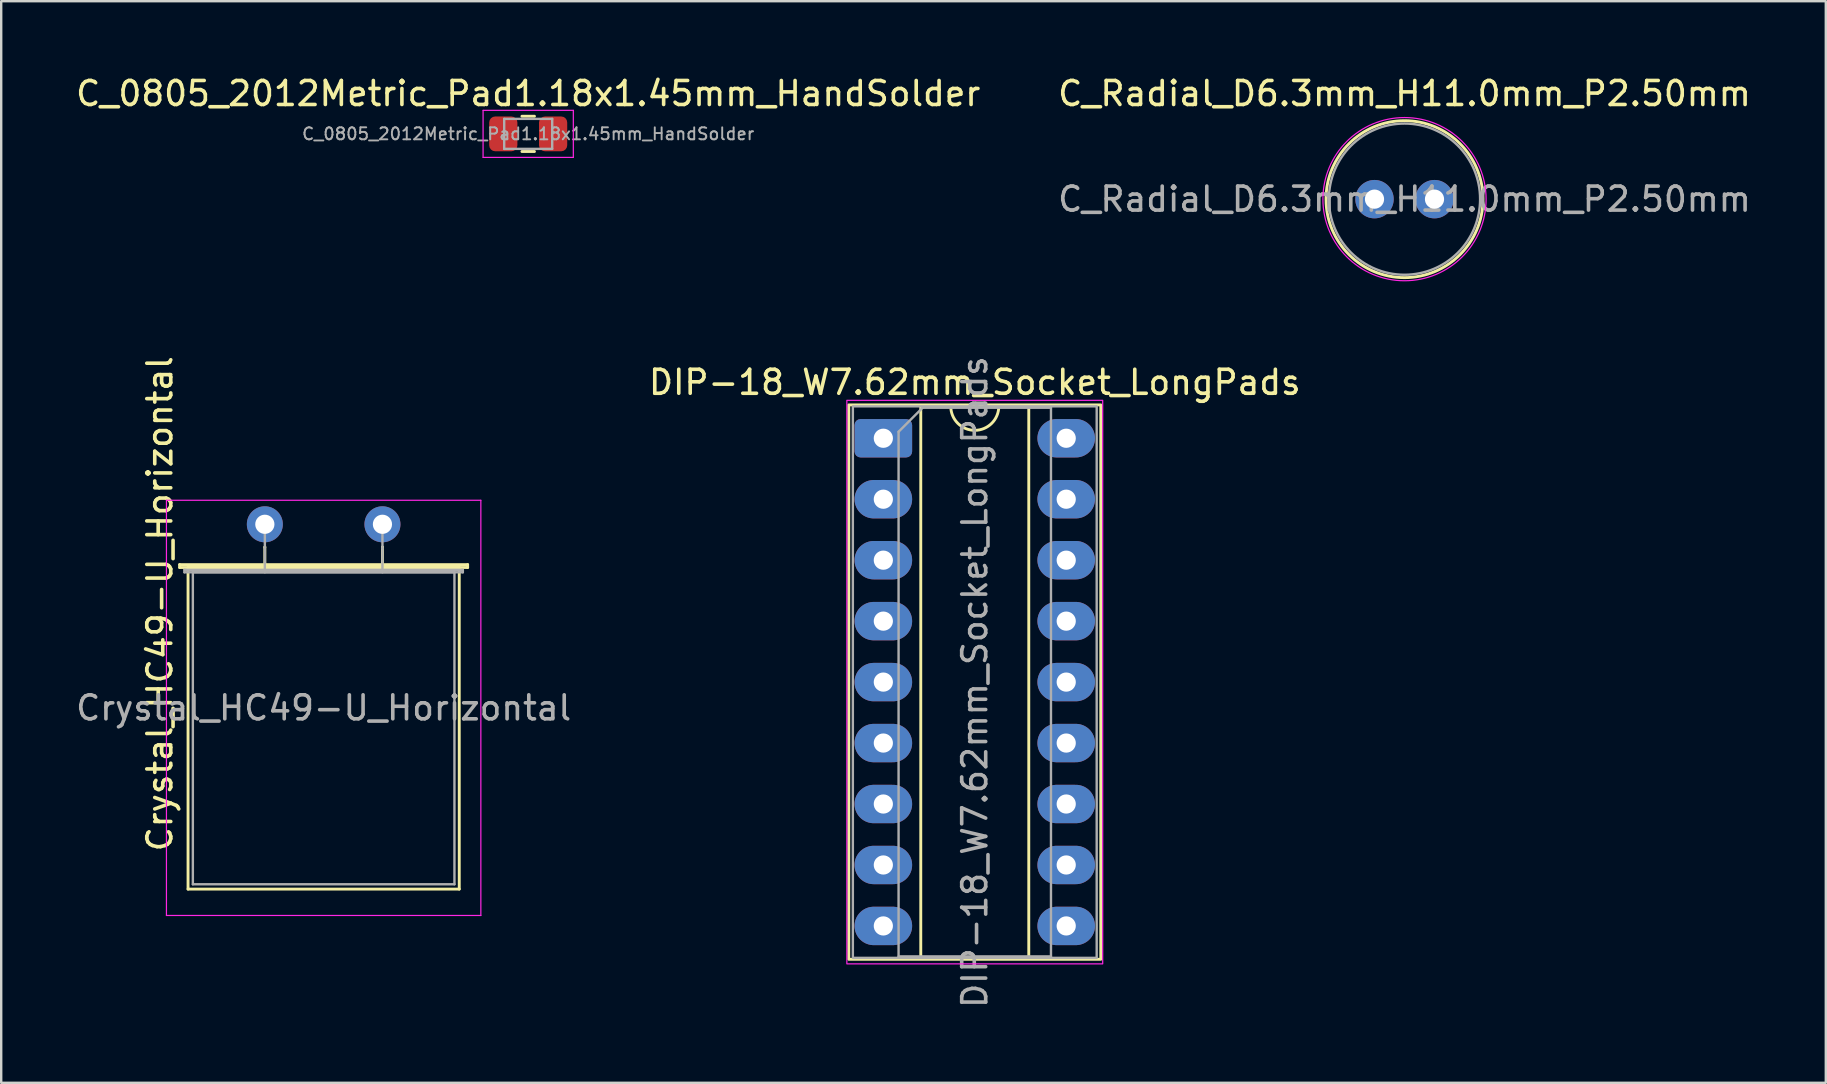
<source format=kicad_pcb>
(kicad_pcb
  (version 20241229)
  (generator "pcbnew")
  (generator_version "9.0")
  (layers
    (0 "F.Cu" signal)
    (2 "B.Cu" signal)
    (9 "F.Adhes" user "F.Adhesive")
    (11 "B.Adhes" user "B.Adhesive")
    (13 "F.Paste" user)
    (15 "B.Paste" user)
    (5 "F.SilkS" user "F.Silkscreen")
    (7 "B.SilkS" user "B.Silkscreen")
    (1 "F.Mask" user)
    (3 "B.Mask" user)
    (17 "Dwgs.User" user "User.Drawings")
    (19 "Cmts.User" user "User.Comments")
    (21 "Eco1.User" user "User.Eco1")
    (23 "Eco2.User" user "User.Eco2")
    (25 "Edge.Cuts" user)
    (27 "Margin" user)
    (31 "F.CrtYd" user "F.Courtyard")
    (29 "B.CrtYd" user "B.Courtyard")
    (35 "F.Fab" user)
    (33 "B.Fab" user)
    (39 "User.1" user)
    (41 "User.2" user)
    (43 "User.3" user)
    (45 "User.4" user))
  (footprint "C_Radial_D6.3mm_H11.0mm_P2.50mm"
    (layer "F.Cu")
    (at 54.22 5.248)
    (property "Reference" "C_Radial_D6.3mm_H11.0mm_P2.50mm" (at 1.25 -4.4 0) (layer "F.SilkS") (effects (font (size 1 1) (thickness 0.15))))
    (attr through_hole)
    (fp_circle (center 1.25 0) (end 4.52 0) (stroke (width 0.12) (type solid)) (fill no) (layer "F.SilkS"))
    (fp_circle (center 1.25 0) (end 4.65 0) (stroke (width 0.05) (type solid)) (fill no) (layer "F.CrtYd"))
    (fp_circle (center 1.25 0) (end 4.4 0) (stroke (width 0.1) (type solid)) (fill no) (layer "F.Fab"))
    (fp_text user "${REFERENCE}" (at 1.25 0 0) (layer "F.Fab") (effects (font (size 1 1) (thickness 0.15))))
    (pad "1" thru_hole circle (at 0 0) (size 1.6 1.6) (drill 0.8) (layers "*.Cu" "*.Mask"))
    (pad "2" thru_hole circle (at 2.5 0) (size 1.6 1.6) (drill 0.8) (layers "*.Cu" "*.Mask")))
  (footprint "Crystal_HC49-U_Horizontal"
    (layer "F.Cu")
    (at 7.985 18.795)
    (property "Reference" "Crystal_HC49-U_Horizontal" (at -4.375 3.312 90) (layer "F.SilkS") (effects (font (size 1 1) (thickness 0.15))))
    (attr through_hole)
    (fp_line (start -3.55 1.68) (end 8.45 1.68) (stroke (width 0.12) (type solid)) (layer "F.SilkS"))
    (fp_line (start -3.55 1.8) (end -3.55 1.68) (stroke (width 0.12) (type solid)) (layer "F.SilkS"))
    (fp_line (start -3.2 1.8) (end -3.2 15.2) (stroke (width 0.12) (type solid)) (layer "F.SilkS"))
    (fp_line (start -3.2 15.2) (end 8.1 15.2) (stroke (width 0.12) (type solid)) (layer "F.SilkS"))
    (fp_line (start 0 0.95) (end 0 0.95) (stroke (width 0.12) (type solid)) (layer "F.SilkS"))
    (fp_line (start 0 1.8) (end 0 0.95) (stroke (width 0.12) (type solid)) (layer "F.SilkS"))
    (fp_line (start 4.9 0.95) (end 4.9 0.95) (stroke (width 0.12) (type solid)) (layer "F.SilkS"))
    (fp_line (start 4.9 1.8) (end 4.9 0.95) (stroke (width 0.12) (type solid)) (layer "F.SilkS"))
    (fp_line (start 8.1 1.8) (end -3.2 1.8) (stroke (width 0.12) (type solid)) (layer "F.SilkS"))
    (fp_line (start 8.1 15.2) (end 8.1 1.8) (stroke (width 0.12) (type solid)) (layer "F.SilkS"))
    (fp_line (start 8.45 1.68) (end 8.45 1.8) (stroke (width 0.12) (type solid)) (layer "F.SilkS"))
    (fp_line (start 8.45 1.8) (end -3.55 1.8) (stroke (width 0.12) (type solid)) (layer "F.SilkS"))
    (fp_line (start -4.1 -1) (end -4.1 16.3) (stroke (width 0.05) (type solid)) (layer "F.CrtYd"))
    (fp_line (start -4.1 16.3) (end 9 16.3) (stroke (width 0.05) (type solid)) (layer "F.CrtYd"))
    (fp_line (start 9 -1) (end -4.1 -1) (stroke (width 0.05) (type solid)) (layer "F.CrtYd"))
    (fp_line (start 9 16.3) (end 9 -1) (stroke (width 0.05) (type solid)) (layer "F.CrtYd"))
    (fp_line (start -3.35 1.9) (end 8.25 1.9) (stroke (width 0.1) (type solid)) (layer "F.Fab"))
    (fp_line (start -3.35 2) (end -3.35 1.9) (stroke (width 0.1) (type solid)) (layer "F.Fab"))
    (fp_line (start -3 2) (end -3 15) (stroke (width 0.1) (type solid)) (layer "F.Fab"))
    (fp_line (start -3 15) (end 7.9 15) (stroke (width 0.1) (type solid)) (layer "F.Fab"))
    (fp_line (start 0 1) (end 0 0) (stroke (width 0.1) (type solid)) (layer "F.Fab"))
    (fp_line (start 0 2) (end 0 1) (stroke (width 0.1) (type solid)) (layer "F.Fab"))
    (fp_line (start 4.9 1) (end 4.9 0) (stroke (width 0.1) (type solid)) (layer "F.Fab"))
    (fp_line (start 4.9 2) (end 4.9 1) (stroke (width 0.1) (type solid)) (layer "F.Fab"))
    (fp_line (start 7.9 2) (end -3 2) (stroke (width 0.1) (type solid)) (layer "F.Fab"))
    (fp_line (start 7.9 15) (end 7.9 2) (stroke (width 0.1) (type solid)) (layer "F.Fab"))
    (fp_line (start 8.25 1.9) (end 8.25 2) (stroke (width 0.1) (type solid)) (layer "F.Fab"))
    (fp_line (start 8.25 2) (end -3.35 2) (stroke (width 0.1) (type solid)) (layer "F.Fab"))
    (fp_text user "${REFERENCE}" (at 2.45 7.65 180) (layer "F.Fab") (effects (font (size 1 1) (thickness 0.15))))
    (pad "1" thru_hole circle (at 0 0) (size 1.5 1.5) (drill 0.8) (layers "*.Cu" "*.Mask"))
    (pad "2" thru_hole circle (at 4.9 0) (size 1.5 1.5) (drill 0.8) (layers "*.Cu" "*.Mask")))
  (footprint "DIP-18_W7.62mm_Socket_LongPads"
    (layer "F.Cu")
    (at 33.755 15.21)
    (property "Reference" "DIP-18_W7.62mm_Socket_LongPads" (at 3.81 -2.33 0) (layer "F.SilkS") (effects (font (size 1 1) (thickness 0.15))))
    (attr through_hole)
    (fp_line (start 1.56 -1.33) (end 1.56 21.65) (stroke (width 0.12) (type solid)) (layer "F.SilkS"))
    (fp_line (start 1.56 21.65) (end 6.06 21.65) (stroke (width 0.12) (type solid)) (layer "F.SilkS"))
    (fp_line (start 2.81 -1.33) (end 1.56 -1.33) (stroke (width 0.12) (type solid)) (layer "F.SilkS"))
    (fp_line (start 6.06 -1.33) (end 4.81 -1.33) (stroke (width 0.12) (type solid)) (layer "F.SilkS"))
    (fp_line (start 6.06 21.65) (end 6.06 -1.33) (stroke (width 0.12) (type solid)) (layer "F.SilkS"))
    (fp_rect (start -1.44 -1.39) (end 9.06 21.71) (stroke (width 0.12) (type solid)) (fill no) (layer "F.SilkS"))
    (fp_arc (start 4.81 -1.33) (mid 3.81 -0.33) (end 2.81 -1.33) (stroke (width 0.12) (type solid)) (layer "F.SilkS"))
    (fp_rect (start -1.52 -1.58) (end 9.14 21.9) (stroke (width 0.05) (type solid)) (fill no) (layer "F.CrtYd"))
    (fp_line (start 0.635 -0.27) (end 1.635 -1.27) (stroke (width 0.1) (type solid)) (layer "F.Fab"))
    (fp_line (start 0.635 21.59) (end 0.635 -0.27) (stroke (width 0.1) (type solid)) (layer "F.Fab"))
    (fp_line (start 1.635 -1.27) (end 6.985 -1.27) (stroke (width 0.1) (type solid)) (layer "F.Fab"))
    (fp_line (start 6.985 -1.27) (end 6.985 21.59) (stroke (width 0.1) (type solid)) (layer "F.Fab"))
    (fp_line (start 6.985 21.59) (end 0.635 21.59) (stroke (width 0.1) (type solid)) (layer "F.Fab"))
    (fp_rect (start -1.27 -1.33) (end 8.89 21.65) (stroke (width 0.1) (type solid)) (fill no) (layer "F.Fab"))
    (fp_text user "${REFERENCE}" (at 3.81 10.16 90) (layer "F.Fab") (effects (font (size 1 1) (thickness 0.15))))
    (pad "1" thru_hole roundrect (at 0 0) (size 2.4 1.6) (drill 0.8) (layers "*.Cu" "*.Mask") (roundrect_rratio 0.156))
    (pad "2" thru_hole oval (at 0 2.54) (size 2.4 1.6) (drill 0.8) (layers "*.Cu" "*.Mask"))
    (pad "3" thru_hole oval (at 0 5.08) (size 2.4 1.6) (drill 0.8) (layers "*.Cu" "*.Mask"))
    (pad "4" thru_hole oval (at 0 7.62) (size 2.4 1.6) (drill 0.8) (layers "*.Cu" "*.Mask"))
    (pad "5" thru_hole oval (at 0 10.16) (size 2.4 1.6) (drill 0.8) (layers "*.Cu" "*.Mask"))
    (pad "6" thru_hole oval (at 0 12.7) (size 2.4 1.6) (drill 0.8) (layers "*.Cu" "*.Mask"))
    (pad "7" thru_hole oval (at 0 15.24) (size 2.4 1.6) (drill 0.8) (layers "*.Cu" "*.Mask"))
    (pad "8" thru_hole oval (at 0 17.78) (size 2.4 1.6) (drill 0.8) (layers "*.Cu" "*.Mask"))
    (pad "9" thru_hole oval (at 0 20.32) (size 2.4 1.6) (drill 0.8) (layers "*.Cu" "*.Mask"))
    (pad "10" thru_hole oval (at 7.62 20.32) (size 2.4 1.6) (drill 0.8) (layers "*.Cu" "*.Mask"))
    (pad "11" thru_hole oval (at 7.62 17.78) (size 2.4 1.6) (drill 0.8) (layers "*.Cu" "*.Mask"))
    (pad "12" thru_hole oval (at 7.62 15.24) (size 2.4 1.6) (drill 0.8) (layers "*.Cu" "*.Mask"))
    (pad "13" thru_hole oval (at 7.62 12.7) (size 2.4 1.6) (drill 0.8) (layers "*.Cu" "*.Mask"))
    (pad "14" thru_hole oval (at 7.62 10.16) (size 2.4 1.6) (drill 0.8) (layers "*.Cu" "*.Mask"))
    (pad "15" thru_hole oval (at 7.62 7.62) (size 2.4 1.6) (drill 0.8) (layers "*.Cu" "*.Mask"))
    (pad "16" thru_hole oval (at 7.62 5.08) (size 2.4 1.6) (drill 0.8) (layers "*.Cu" "*.Mask"))
    (pad "17" thru_hole oval (at 7.62 2.54) (size 2.4 1.6) (drill 0.8) (layers "*.Cu" "*.Mask"))
    (pad "18" thru_hole oval (at 7.62 0) (size 2.4 1.6) (drill 0.8) (layers "*.Cu" "*.Mask")))
  (footprint "C_0805_2012Metric_Pad1.18x1.45mm_HandSolder"
    (layer "F.Cu")
    (at 18.958 2.528)
    (property "Reference" "C_0805_2012Metric_Pad1.18x1.45mm_HandSolder" (at 0 -1.68 180) (layer "F.SilkS") (effects (font (size 1 1) (thickness 0.15))))
    (attr smd)
    (fp_line (start -0.261 -0.735) (end 0.261 -0.735) (stroke (width 0.12) (type solid)) (layer "F.SilkS"))
    (fp_line (start -0.261 0.735) (end 0.261 0.735) (stroke (width 0.12) (type solid)) (layer "F.SilkS"))
    (fp_line (start -1.88 -0.98) (end 1.88 -0.98) (stroke (width 0.05) (type solid)) (layer "F.CrtYd"))
    (fp_line (start -1.88 0.98) (end -1.88 -0.98) (stroke (width 0.05) (type solid)) (layer "F.CrtYd"))
    (fp_line (start 1.88 -0.98) (end 1.88 0.98) (stroke (width 0.05) (type solid)) (layer "F.CrtYd"))
    (fp_line (start 1.88 0.98) (end -1.88 0.98) (stroke (width 0.05) (type solid)) (layer "F.CrtYd"))
    (fp_line (start -1 -0.625) (end 1 -0.625) (stroke (width 0.1) (type solid)) (layer "F.Fab"))
    (fp_line (start -1 0.625) (end -1 -0.625) (stroke (width 0.1) (type solid)) (layer "F.Fab"))
    (fp_line (start 1 -0.625) (end 1 0.625) (stroke (width 0.1) (type solid)) (layer "F.Fab"))
    (fp_line (start 1 0.625) (end -1 0.625) (stroke (width 0.1) (type solid)) (layer "F.Fab"))
    (fp_text user "${REFERENCE}" (at 0 0 180) (layer "F.Fab") (effects (font (size 0.5 0.5) (thickness 0.08))))
    (pad "1" smd roundrect (at -1.038 0) (size 1.175 1.45) (layers "F.Cu" "F.Mask" "F.Paste") (roundrect_rratio 0.213))
    (pad "2" smd roundrect (at 1.038 0) (size 1.175 1.45) (layers "F.Cu" "F.Mask" "F.Paste") (roundrect_rratio 0.213)))
  (gr_rect
    (start -3 -3)
    (end 73.024 42.066)
    (stroke (width 0.1) (type default))
    (fill no)
    (layer "Edge.Cuts")))
</source>
